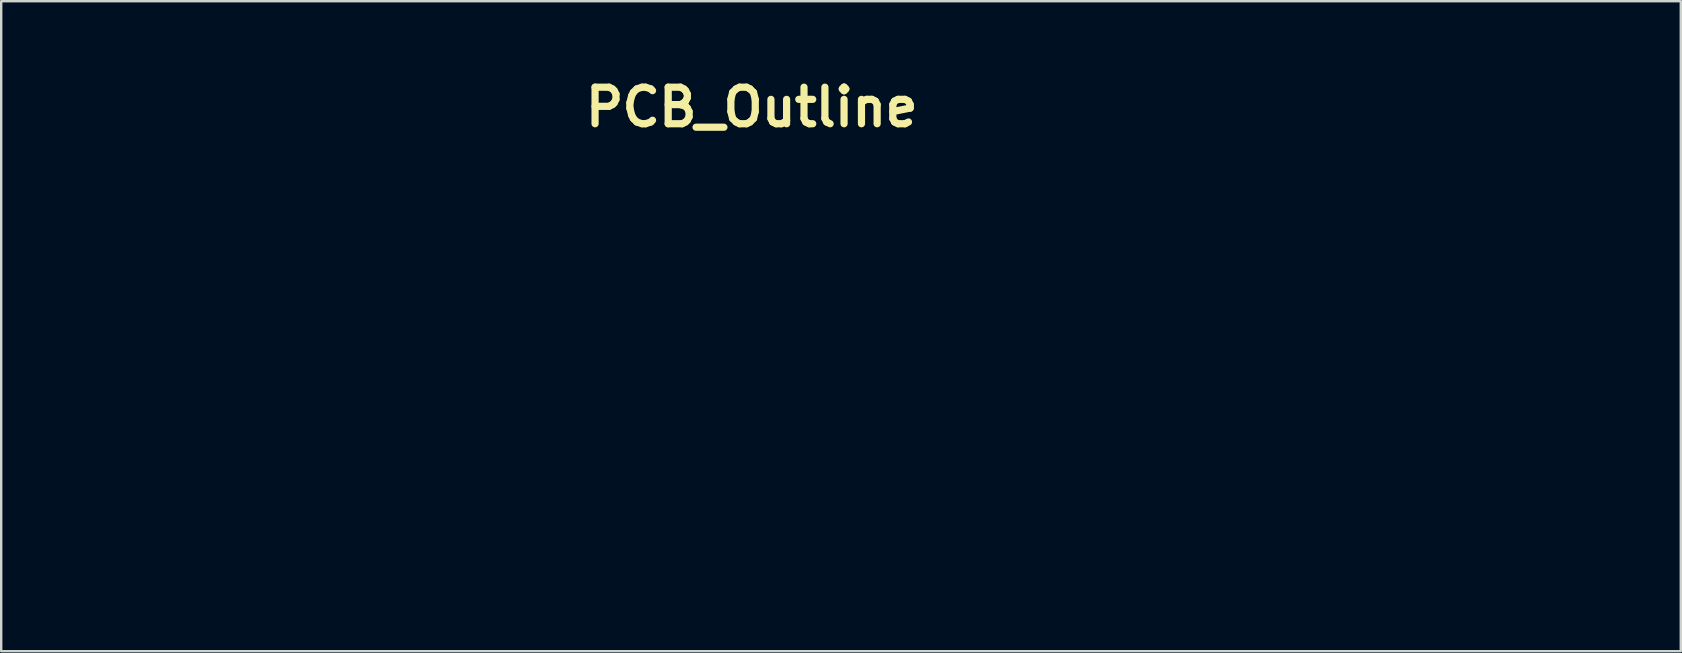
<source format=kicad_pcb>
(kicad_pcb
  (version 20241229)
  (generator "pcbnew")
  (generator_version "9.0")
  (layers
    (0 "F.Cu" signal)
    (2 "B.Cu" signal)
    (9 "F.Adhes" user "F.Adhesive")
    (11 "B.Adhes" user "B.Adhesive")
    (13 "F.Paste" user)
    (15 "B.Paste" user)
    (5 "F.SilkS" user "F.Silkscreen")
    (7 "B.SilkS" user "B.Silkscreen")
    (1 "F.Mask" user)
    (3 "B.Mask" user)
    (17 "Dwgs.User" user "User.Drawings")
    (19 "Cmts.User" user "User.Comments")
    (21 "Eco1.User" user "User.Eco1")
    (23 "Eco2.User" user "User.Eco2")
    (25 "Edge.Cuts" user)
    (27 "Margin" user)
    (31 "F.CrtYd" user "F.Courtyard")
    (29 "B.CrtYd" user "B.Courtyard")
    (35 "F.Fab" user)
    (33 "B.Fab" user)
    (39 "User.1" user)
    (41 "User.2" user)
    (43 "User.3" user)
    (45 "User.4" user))
  (footprint "PCB_Outline"
    (layer "F.Cu")
    (at 32.003 12.108)
    (property "Reference" "PCB_Outline" (at -3.72 -10.69 0) (layer "F.SilkS") (effects (font (size 1.524 1.524) (thickness 0.3))))
    (attr through_hole)
    (fp_poly (pts (xy 30.796 -8.861) (xy 31.143 -8.658) (xy 31.442 -8.399) (xy 31.686 -8.094) (xy 31.867 -7.75) (xy 31.902 -7.657) (xy 31.996 -7.386) (xy 31.986 0.046) (xy 31.976 7.479) (xy 31.83 7.785) (xy 31.621 8.133) (xy 31.352 8.436) (xy 31.032 8.684) (xy 30.67 8.869) (xy 30.638 8.882) (xy 30.405 8.97) (xy 0.118 8.976) (xy -1.793 8.976) (xy -3.65 8.976) (xy -5.452 8.977) (xy -7.2 8.977) (xy -8.891 8.976) (xy -10.526 8.976) (xy -12.102 8.976) (xy -13.62 8.975) (xy -15.078 8.975) (xy -16.476 8.974) (xy -17.812 8.974) (xy -19.086 8.973) (xy -20.296 8.972) (xy -21.443 8.971) (xy -22.525 8.97) (xy -23.541 8.969) (xy -24.49 8.967) (xy -25.372 8.966) (xy -26.185 8.964) (xy -26.929 8.963) (xy -27.602 8.961) (xy -28.205 8.96) (xy -28.735 8.958) (xy -29.193 8.956) (xy -29.577 8.954) (xy -29.886 8.952) (xy -30.119 8.95) (xy -30.277 8.947) (xy -30.356 8.945) (xy -30.366 8.944) (xy -30.704 8.842) (xy -31.023 8.672) (xy -31.313 8.445) (xy -31.563 8.171) (xy -31.763 7.862) (xy -31.903 7.527) (xy -31.953 7.324) (xy -31.958 7.256) (xy -31.963 7.113) (xy -31.966 6.988) (xy -30.15 6.988) (xy -30.15 7.459) (xy -29.208 7.459) (xy -29.208 6.988) (xy -24.693 6.988) (xy -24.693 7.459) (xy -22.77 7.459) (xy -22.77 7.223) (xy -18.844 7.223) (xy -18.844 7.93) (xy -18.137 7.93) (xy -18.137 7.223) (xy -16.292 7.223) (xy -16.292 7.93) (xy -15.585 7.93) (xy -15.585 7.223) (xy -13.74 7.223) (xy -13.74 7.93) (xy -13.034 7.93) (xy -13.034 7.223) (xy -11.228 7.223) (xy -11.228 7.93) (xy -10.521 7.93) (xy -10.521 7.223) (xy -8.676 7.223) (xy -8.676 7.93) (xy -7.969 7.93) (xy -7.969 7.223) (xy -6.164 7.223) (xy -6.164 7.93) (xy -5.418 7.93) (xy -5.418 7.223) (xy -3.612 7.223) (xy -3.612 7.93) (xy -2.905 7.93) (xy -2.905 7.223) (xy -1.06 7.223) (xy -1.06 7.93) (xy -0.353 7.93) (xy -0.353 7.223) (xy 1.453 7.223) (xy 1.453 7.93) (xy 2.159 7.93) (xy 2.159 7.223) (xy 4.004 7.223) (xy 4.004 7.93) (xy 4.711 7.93) (xy 4.711 7.223) (xy 6.556 7.223) (xy 6.556 7.93) (xy 7.263 7.93) (xy 7.263 7.223) (xy 9.069 7.223) (xy 9.069 7.93) (xy 9.775 7.93) (xy 9.775 7.223) (xy 11.62 7.223) (xy 11.62 7.93) (xy 12.327 7.93) (xy 12.327 7.223) (xy 14.172 7.223) (xy 14.172 7.93) (xy 14.879 7.93) (xy 14.879 7.223) (xy 16.685 7.223) (xy 16.685 7.93) (xy 17.391 7.93) (xy 17.391 7.223) (xy 16.685 7.223) (xy 14.879 7.223) (xy 14.172 7.223) (xy 12.327 7.223) (xy 11.62 7.223) (xy 9.775 7.223) (xy 9.069 7.223) (xy 7.263 7.223) (xy 6.556 7.223) (xy 4.711 7.223) (xy 4.004 7.223) (xy 2.159 7.223) (xy 1.453 7.223) (xy -0.353 7.223) (xy -1.06 7.223) (xy -2.905 7.223) (xy -3.612 7.223) (xy -5.418 7.223) (xy -6.164 7.223) (xy -7.969 7.223) (xy -8.676 7.223) (xy -10.521 7.223) (xy -11.228 7.223) (xy -13.034 7.223) (xy -13.74 7.223) (xy -15.585 7.223) (xy -16.292 7.223) (xy -18.137 7.223) (xy -18.844 7.223) (xy -22.77 7.223) (xy -22.77 6.988) (xy 22.77 6.988) (xy 22.77 7.459) (xy 24.733 7.459) (xy 24.733 6.988) (xy 29.247 6.988) (xy 29.247 7.459) (xy 30.189 7.459) (xy 30.189 6.988) (xy 29.247 6.988) (xy 24.733 6.988) (xy 22.77 6.988) (xy -22.77 6.988) (xy -24.693 6.988) (xy -29.208 6.988) (xy -30.15 6.988) (xy -31.966 6.988) (xy -31.968 6.902) (xy -31.972 6.627) (xy -31.976 6.293) (xy -31.98 5.904) (xy -31.983 5.466) (xy -31.986 4.984) (xy -31.987 4.868) (xy -11.228 4.868) (xy -11.228 5.575) (xy -10.521 5.575) (xy -10.521 4.868) (xy -8.676 4.868) (xy -8.676 5.575) (xy -7.969 5.575) (xy -7.969 4.868) (xy -6.164 4.868) (xy -6.164 5.575) (xy -5.418 5.575) (xy -5.418 4.868) (xy -3.612 4.868) (xy -3.612 5.575) (xy -2.905 5.575) (xy -2.905 4.868) (xy -1.06 4.868) (xy -1.06 5.575) (xy -0.353 5.575) (xy -0.353 4.868) (xy -1.06 4.868) (xy -2.905 4.868) (xy -3.612 4.868) (xy -5.418 4.868) (xy -6.164 4.868) (xy -7.969 4.868) (xy -8.676 4.868) (xy -10.521 4.868) (xy -11.228 4.868) (xy -31.987 4.868) (xy -31.989 4.462) (xy -31.991 3.904) (xy -31.993 3.317) (xy -31.995 2.705) (xy -31.995 2.316) (xy -11.228 2.316) (xy -11.228 3.023) (xy -10.521 3.023) (xy -10.521 2.316) (xy -8.676 2.316) (xy -8.676 3.023) (xy -7.969 3.023) (xy -7.969 2.316) (xy -6.164 2.316) (xy -6.164 3.023) (xy -5.418 3.023) (xy -5.418 2.316) (xy -3.612 2.316) (xy -3.612 3.023) (xy -2.905 3.023) (xy -2.905 2.316) (xy -1.06 2.316) (xy -1.06 3.023) (xy -0.353 3.023) (xy -0.353 2.316) (xy -1.06 2.316) (xy -2.905 2.316) (xy -3.612 2.316) (xy -5.418 2.316) (xy -6.164 2.316) (xy -7.969 2.316) (xy -8.676 2.316) (xy -10.521 2.316) (xy -11.228 2.316) (xy -31.995 2.316) (xy -31.996 2.073) (xy -31.997 1.425) (xy -31.997 0.766) (xy -31.998 0.102) (xy -31.997 -0.563) (xy -31.997 -1.224) (xy -31.996 -1.876) (xy -31.995 -2.515) (xy -31.994 -3.135) (xy -31.992 -3.732) (xy -31.99 -4.301) (xy -31.987 -4.836) (xy -31.984 -5.334) (xy -31.981 -5.788) (xy -31.978 -6.196) (xy -31.974 -6.55) (xy -31.97 -6.848) (xy -31.965 -7.083) (xy -31.96 -7.251) (xy -31.955 -7.347) (xy -31.953 -7.364) (xy -31.914 -7.498) (xy -30.15 -7.498) (xy -30.15 -7.027) (xy -29.208 -7.027) (xy -29.208 -7.498) (xy -24.693 -7.498) (xy -24.693 -7.027) (xy -22.77 -7.027) (xy -22.77 -7.498) (xy -24.693 -7.498) (xy -29.208 -7.498) (xy -30.15 -7.498) (xy -31.914 -7.498) (xy -31.849 -7.722) (xy -31.702 -8.009) (xy -18.844 -8.009) (xy -18.844 -7.263) (xy -18.137 -7.263) (xy -18.137 -8.009) (xy -16.292 -8.009) (xy -16.292 -7.263) (xy -15.585 -7.263) (xy -15.585 -8.009) (xy -13.74 -8.009) (xy -13.74 -7.263) (xy -13.034 -7.263) (xy -13.034 -8.009) (xy -11.228 -8.009) (xy -11.228 -7.263) (xy -10.521 -7.263) (xy -10.521 -8.009) (xy -8.676 -8.009) (xy -8.676 -7.263) (xy -7.969 -7.263) (xy -7.969 -8.009) (xy -6.164 -8.009) (xy -6.164 -7.263) (xy -5.418 -7.263) (xy -5.418 -8.009) (xy -3.612 -8.009) (xy -3.612 -7.263) (xy -2.905 -7.263) (xy -2.905 -8.009) (xy -1.06 -8.009) (xy -1.06 -7.263) (xy -0.353 -7.263) (xy -0.353 -8.009) (xy 1.453 -8.009) (xy 1.453 -7.263) (xy 2.159 -7.263) (xy 2.159 -8.009) (xy 4.004 -8.009) (xy 4.004 -7.263) (xy 4.711 -7.263) (xy 4.711 -8.009) (xy 6.556 -8.009) (xy 6.556 -7.263) (xy 7.263 -7.263) (xy 7.263 -8.009) (xy 9.069 -8.009) (xy 9.069 -7.263) (xy 9.775 -7.263) (xy 9.775 -8.009) (xy 11.62 -8.009) (xy 11.62 -7.263) (xy 12.327 -7.263) (xy 12.327 -8.009) (xy 14.172 -8.009) (xy 14.172 -7.263) (xy 14.879 -7.263) (xy 14.879 -8.009) (xy 16.685 -8.009) (xy 16.685 -7.263) (xy 17.391 -7.263) (xy 17.391 -7.498) (xy 22.77 -7.498) (xy 22.77 -7.027) (xy 24.733 -7.027) (xy 24.733 -7.498) (xy 29.247 -7.498) (xy 29.247 -7.027) (xy 30.189 -7.027) (xy 30.189 -7.498) (xy 29.247 -7.498) (xy 24.733 -7.498) (xy 22.77 -7.498) (xy 17.391 -7.498) (xy 17.391 -8.009) (xy 16.685 -8.009) (xy 14.879 -8.009) (xy 14.172 -8.009) (xy 12.327 -8.009) (xy 11.62 -8.009) (xy 9.775 -8.009) (xy 9.069 -8.009) (xy 7.263 -8.009) (xy 6.556 -8.009) (xy 4.711 -8.009) (xy 4.004 -8.009) (xy 2.159 -8.009) (xy 1.453 -8.009) (xy -0.353 -8.009) (xy -1.06 -8.009) (xy -2.905 -8.009) (xy -3.612 -8.009) (xy -5.418 -8.009) (xy -6.164 -8.009) (xy -7.969 -8.009) (xy -8.676 -8.009) (xy -10.521 -8.009) (xy -11.228 -8.009) (xy -13.034 -8.009) (xy -13.74 -8.009) (xy -15.585 -8.009) (xy -16.292 -8.009) (xy -18.137 -8.009) (xy -18.844 -8.009) (xy -31.702 -8.009) (xy -31.677 -8.058) (xy -31.444 -8.36) (xy -31.159 -8.618) (xy -30.835 -8.818) (xy -30.527 -8.97) (xy 30.562 -8.97) (xy 30.796 -8.861)) (stroke (width 0.01) (type solid)) (fill no) (layer "Eco1.User")))
  (gr_rect
    (start -3 -3)
    (end 67.004 24.09)
    (stroke (width 0.1) (type default))
    (fill no)
    (layer "Edge.Cuts")))
</source>
